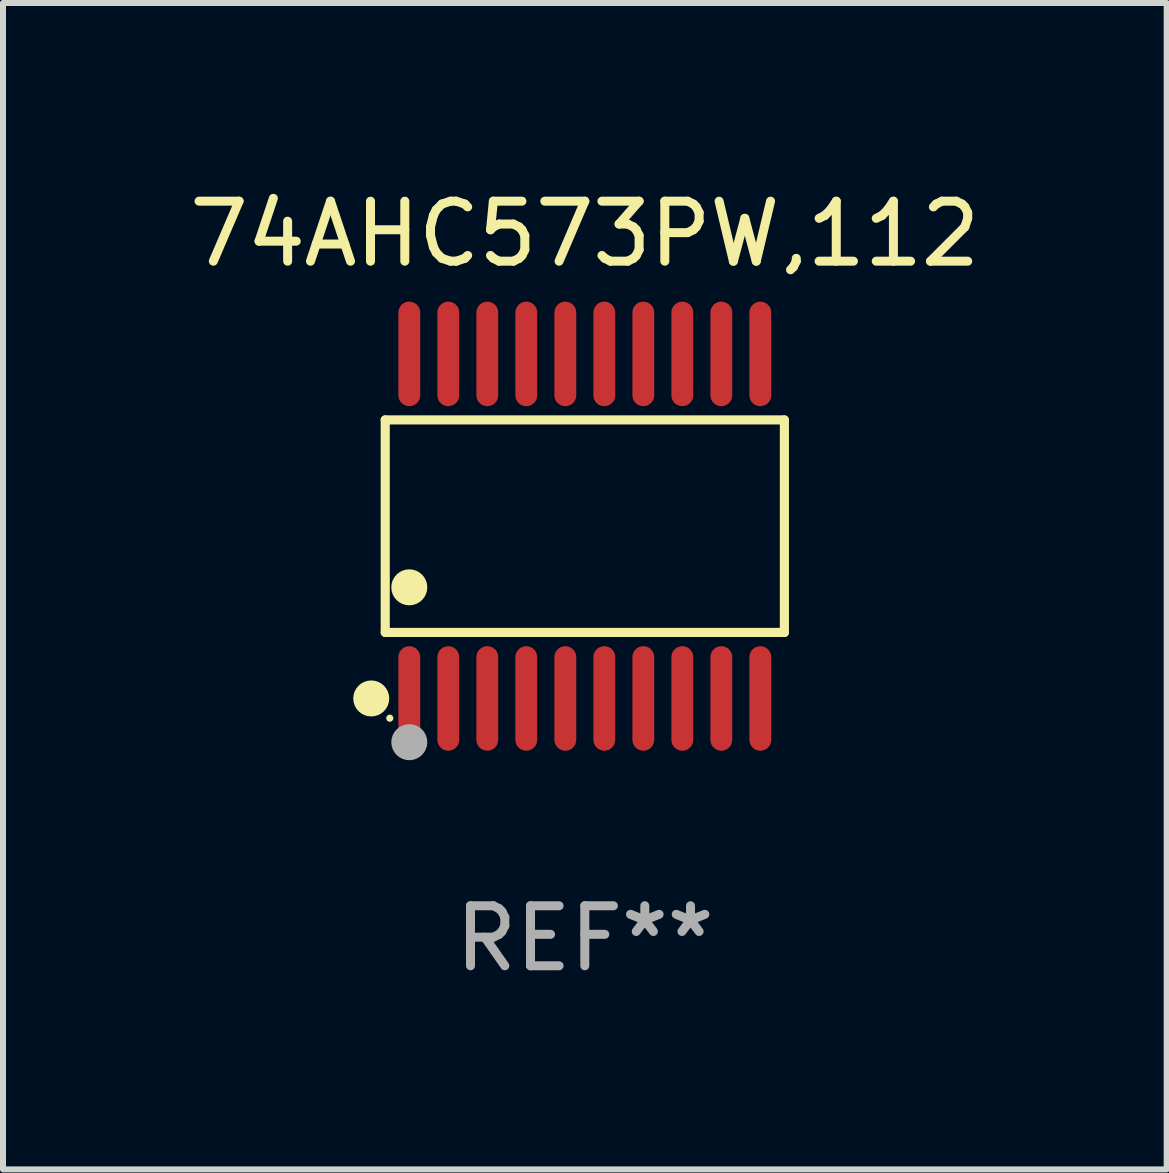
<source format=kicad_pcb>
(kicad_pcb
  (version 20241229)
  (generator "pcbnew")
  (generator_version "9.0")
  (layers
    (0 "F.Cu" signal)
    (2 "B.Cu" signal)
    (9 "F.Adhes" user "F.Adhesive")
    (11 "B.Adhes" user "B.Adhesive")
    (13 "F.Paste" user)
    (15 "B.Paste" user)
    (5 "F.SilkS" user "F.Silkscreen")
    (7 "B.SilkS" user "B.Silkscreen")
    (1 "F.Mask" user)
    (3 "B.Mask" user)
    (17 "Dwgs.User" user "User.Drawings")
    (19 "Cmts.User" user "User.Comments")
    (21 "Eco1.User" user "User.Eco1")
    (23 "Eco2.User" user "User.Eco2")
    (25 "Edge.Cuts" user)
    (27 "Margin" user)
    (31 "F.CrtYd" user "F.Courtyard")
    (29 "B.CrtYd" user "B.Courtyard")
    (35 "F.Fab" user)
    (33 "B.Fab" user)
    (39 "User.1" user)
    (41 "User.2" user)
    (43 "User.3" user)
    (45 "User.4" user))
  (footprint "74AHC573PW,112"
    (layer "F.Cu")
    (at 6.696 5.719)
    (property "Reference" "74AHC573PW,112" (at 0 -4.871 0) (layer "F.SilkS") (effects (font (size 1 1) (thickness 0.15))))
    (attr through_hole)
    (fp_line (start -3.326 -1.771) (end 3.326 -1.771) (stroke (width 0.152) (type solid)) (layer "F.SilkS"))
    (fp_line (start -3.326 1.771) (end -3.326 -1.771) (stroke (width 0.152) (type solid)) (layer "F.SilkS"))
    (fp_line (start 3.326 -1.771) (end 3.326 1.771) (stroke (width 0.152) (type solid)) (layer "F.SilkS"))
    (fp_line (start 3.326 1.771) (end -3.326 1.771) (stroke (width 0.152) (type solid)) (layer "F.SilkS"))
    (fp_circle (center -3.559 2.871) (end -3.409 2.871) (stroke (width 0.3) (type solid)) (fill no) (layer "F.SilkS"))
    (fp_circle (center -3.25 3.2) (end -3.22 3.2) (stroke (width 0.06) (type solid)) (fill no) (layer "F.SilkS"))
    (fp_circle (center -2.925 1.019) (end -2.775 1.019) (stroke (width 0.3) (type solid)) (fill no) (layer "F.SilkS"))
    (fp_circle (center -2.925 3.6) (end -2.775 3.6) (stroke (width 0.3) (type solid)) (fill no) (layer "F.Fab"))
    (fp_text user "REF**" (at 0 6.871 0) (layer "F.Fab") (effects (font (size 1 1) (thickness 0.15))))
    (pad "1" smd oval (at -2.925 2.871) (size 0.364 1.742) (layers "F.Cu" "F.Mask" "F.Paste"))
    (pad "2" smd oval (at -2.275 2.871) (size 0.364 1.742) (layers "F.Cu" "F.Mask" "F.Paste"))
    (pad "3" smd oval (at -1.625 2.871) (size 0.364 1.742) (layers "F.Cu" "F.Mask" "F.Paste"))
    (pad "4" smd oval (at -0.975 2.871) (size 0.364 1.742) (layers "F.Cu" "F.Mask" "F.Paste"))
    (pad "5" smd oval (at -0.325 2.871) (size 0.364 1.742) (layers "F.Cu" "F.Mask" "F.Paste"))
    (pad "6" smd oval (at 0.325 2.871) (size 0.364 1.742) (layers "F.Cu" "F.Mask" "F.Paste"))
    (pad "7" smd oval (at 0.975 2.871) (size 0.364 1.742) (layers "F.Cu" "F.Mask" "F.Paste"))
    (pad "8" smd oval (at 1.625 2.871) (size 0.364 1.742) (layers "F.Cu" "F.Mask" "F.Paste"))
    (pad "9" smd oval (at 2.275 2.871) (size 0.364 1.742) (layers "F.Cu" "F.Mask" "F.Paste"))
    (pad "10" smd oval (at 2.925 2.871) (size 0.364 1.742) (layers "F.Cu" "F.Mask" "F.Paste"))
    (pad "11" smd oval (at 2.925 -2.871) (size 0.364 1.742) (layers "F.Cu" "F.Mask" "F.Paste"))
    (pad "12" smd oval (at 2.275 -2.871) (size 0.364 1.742) (layers "F.Cu" "F.Mask" "F.Paste"))
    (pad "13" smd oval (at 1.625 -2.871) (size 0.364 1.742) (layers "F.Cu" "F.Mask" "F.Paste"))
    (pad "14" smd oval (at 0.975 -2.871) (size 0.364 1.742) (layers "F.Cu" "F.Mask" "F.Paste"))
    (pad "15" smd oval (at 0.325 -2.871) (size 0.364 1.742) (layers "F.Cu" "F.Mask" "F.Paste"))
    (pad "16" smd oval (at -0.325 -2.871) (size 0.364 1.742) (layers "F.Cu" "F.Mask" "F.Paste"))
    (pad "17" smd oval (at -0.975 -2.871) (size 0.364 1.742) (layers "F.Cu" "F.Mask" "F.Paste"))
    (pad "18" smd oval (at -1.625 -2.871) (size 0.364 1.742) (layers "F.Cu" "F.Mask" "F.Paste"))
    (pad "19" smd oval (at -2.275 -2.871) (size 0.364 1.742) (layers "F.Cu" "F.Mask" "F.Paste"))
    (pad "20" smd oval (at -2.925 -2.871) (size 0.364 1.742) (layers "F.Cu" "F.Mask" "F.Paste")))
  (gr_rect
    (start -3 -3)
    (end 16.393 16.438)
    (stroke (width 0.1) (type default))
    (fill no)
    (layer "Edge.Cuts")))
</source>
